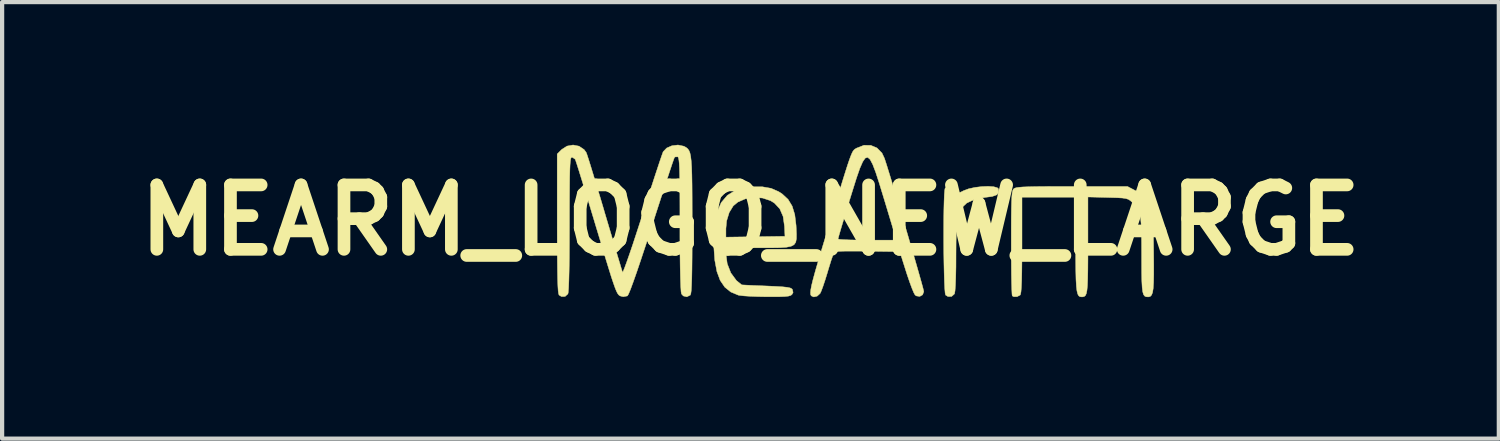
<source format=kicad_pcb>
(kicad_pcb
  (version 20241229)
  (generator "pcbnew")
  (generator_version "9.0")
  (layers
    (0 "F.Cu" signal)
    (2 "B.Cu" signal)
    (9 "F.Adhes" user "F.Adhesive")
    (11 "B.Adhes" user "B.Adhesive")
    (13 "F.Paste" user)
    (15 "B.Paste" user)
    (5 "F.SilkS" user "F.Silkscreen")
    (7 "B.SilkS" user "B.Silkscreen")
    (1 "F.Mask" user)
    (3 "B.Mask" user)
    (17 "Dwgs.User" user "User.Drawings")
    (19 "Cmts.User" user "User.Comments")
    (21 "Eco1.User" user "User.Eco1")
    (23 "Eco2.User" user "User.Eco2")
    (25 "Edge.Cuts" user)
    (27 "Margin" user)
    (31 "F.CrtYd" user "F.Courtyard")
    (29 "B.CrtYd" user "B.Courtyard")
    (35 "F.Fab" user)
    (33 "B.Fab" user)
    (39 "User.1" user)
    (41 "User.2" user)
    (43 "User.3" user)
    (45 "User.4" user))
  (footprint "MEARM_LOGO_NEW_LARGE"
    (layer "F.Cu")
    (at 14.703 2.159)
    (property "Reference" "MEARM_LOGO_NEW_LARGE" (at 0 0 0) (layer "F.SilkS") (effects (font (size 1.524 1.524) (thickness 0.3))))
    (attr through_hole)
    (fp_poly (pts (xy -7.034 -2.135) (xy -6.749 -2.075) (xy -6.46 -1.965) (xy -6.404 -1.939) (xy -6.067 -1.74) (xy -5.778 -1.49) (xy -5.542 -1.196) (xy -5.362 -0.864) (xy -5.244 -0.502) (xy -5.191 -0.117) (xy -5.189 -0.012) (xy -5.2 0.269) (xy -5.24 0.512) (xy -5.314 0.748) (xy -5.408 0.962) (xy -5.608 1.298) (xy -5.859 1.585) (xy -6.155 1.818) (xy -6.489 1.995) (xy -6.856 2.111) (xy -7.249 2.162) (xy -7.255 2.162) (xy -7.514 2.162) (xy -7.742 2.141) (xy -7.827 2.125) (xy -8.189 2.006) (xy -8.527 1.823) (xy -8.828 1.583) (xy -9.084 1.294) (xy -9.128 1.231) (xy -9.291 0.961) (xy -9.402 0.699) (xy -9.467 0.42) (xy -9.496 0.127) (xy -9.495 0.067) (xy -9.24 0.067) (xy -9.215 0.297) (xy -9.166 0.529) (xy -9.098 0.74) (xy -9.016 0.912) (xy -8.97 0.978) (xy -8.952 0.996) (xy -8.933 1) (xy -8.911 0.986) (xy -8.88 0.946) (xy -8.839 0.875) (xy -8.783 0.767) (xy -8.71 0.615) (xy -8.615 0.413) (xy -8.496 0.155) (xy -8.404 -0.046) (xy -8.281 -0.311) (xy -8.164 -0.558) (xy -8.059 -0.777) (xy -7.97 -0.96) (xy -7.899 -1.1) (xy -7.852 -1.187) (xy -7.835 -1.212) (xy -7.768 -1.256) (xy -7.718 -1.26) (xy -7.682 -1.226) (xy -7.611 -1.141) (xy -7.512 -1.015) (xy -7.39 -0.855) (xy -7.253 -0.672) (xy -7.182 -0.574) (xy -7.037 -0.374) (xy -6.899 -0.185) (xy -6.778 -0.02) (xy -6.68 0.113) (xy -6.614 0.201) (xy -6.598 0.222) (xy -6.497 0.353) (xy -6.184 0.281) (xy -6.031 0.248) (xy -5.932 0.232) (xy -5.871 0.233) (xy -5.833 0.25) (xy -5.816 0.264) (xy -5.78 0.347) (xy -5.785 0.392) (xy -5.809 0.429) (xy -5.864 0.462) (xy -5.96 0.497) (xy -6.11 0.537) (xy -6.197 0.557) (xy -6.388 0.599) (xy -6.52 0.62) (xy -6.6 0.621) (xy -6.631 0.609) (xy -6.665 0.57) (xy -6.735 0.48) (xy -6.834 0.349) (xy -6.956 0.185) (xy -7.094 -0.003) (xy -7.188 -0.132) (xy -7.332 -0.329) (xy -7.462 -0.504) (xy -7.572 -0.649) (xy -7.656 -0.758) (xy -7.709 -0.821) (xy -7.723 -0.833) (xy -7.743 -0.801) (xy -7.79 -0.711) (xy -7.86 -0.57) (xy -7.949 -0.387) (xy -8.052 -0.169) (xy -8.167 0.076) (xy -8.242 0.237) (xy -8.737 1.306) (xy -8.611 1.416) (xy -8.306 1.639) (xy -7.978 1.794) (xy -7.631 1.88) (xy -7.27 1.896) (xy -6.898 1.84) (xy -6.771 1.806) (xy -6.448 1.671) (xy -6.163 1.48) (xy -5.919 1.242) (xy -5.722 0.966) (xy -5.576 0.66) (xy -5.484 0.332) (xy -5.453 -0.007) (xy -5.485 -0.351) (xy -5.55 -0.593) (xy -5.701 -0.926) (xy -5.907 -1.218) (xy -6.161 -1.465) (xy -6.455 -1.66) (xy -6.78 -1.798) (xy -7.13 -1.874) (xy -7.353 -1.886) (xy -7.711 -1.851) (xy -8.047 -1.751) (xy -8.354 -1.592) (xy -8.627 -1.381) (xy -8.858 -1.122) (xy -9.042 -0.823) (xy -9.17 -0.49) (xy -9.237 -0.142) (xy -9.24 0.067) (xy -9.495 0.067) (xy -9.49 -0.261) (xy -9.427 -0.61) (xy -9.303 -0.93) (xy -9.115 -1.231) (xy -8.872 -1.51) (xy -8.575 -1.769) (xy -8.261 -1.96) (xy -7.924 -2.084) (xy -7.555 -2.146) (xy -7.348 -2.154) (xy -7.034 -2.135)) (stroke (width 0.01) (type solid)) (fill yes) (layer "F.Mask"))
    (fp_poly (pts (xy 5.752 -0.792) (xy 5.839 -0.768) (xy 5.866 -0.743) (xy 5.875 -0.66) (xy 5.828 -0.601) (xy 5.719 -0.562) (xy 5.566 -0.542) (xy 5.313 -0.497) (xy 5.117 -0.407) (xy 4.975 -0.272) (xy 4.901 -0.134) (xy 4.888 -0.062) (xy 4.878 0.073) (xy 4.87 0.266) (xy 4.864 0.507) (xy 4.862 0.789) (xy 4.862 0.821) (xy 4.861 1.105) (xy 4.856 1.346) (xy 4.849 1.537) (xy 4.839 1.671) (xy 4.827 1.74) (xy 4.825 1.744) (xy 4.758 1.804) (xy 4.673 1.806) (xy 4.616 1.771) (xy 4.605 1.725) (xy 4.596 1.617) (xy 4.588 1.458) (xy 4.582 1.256) (xy 4.577 1.024) (xy 4.573 0.771) (xy 4.571 0.508) (xy 4.571 0.244) (xy 4.572 -0.009) (xy 4.575 -0.242) (xy 4.58 -0.443) (xy 4.586 -0.603) (xy 4.595 -0.711) (xy 4.604 -0.756) (xy 4.663 -0.794) (xy 4.742 -0.782) (xy 4.82 -0.731) (xy 4.875 -0.651) (xy 4.882 -0.627) (xy 4.913 -0.637) (xy 4.988 -0.671) (xy 5.046 -0.7) (xy 5.165 -0.744) (xy 5.313 -0.776) (xy 5.471 -0.795) (xy 5.623 -0.801) (xy 5.752 -0.792)) (stroke (width 0.01) (type solid)) (fill yes) (layer "F.SilkS"))
    (fp_poly (pts (xy 0.283 -0.79) (xy 0.487 -0.754) (xy 0.664 -0.677) (xy 0.752 -0.62) (xy 0.889 -0.493) (xy 0.986 -0.334) (xy 1.048 -0.132) (xy 1.079 0.124) (xy 1.082 0.186) (xy 1.088 0.328) (xy 1.087 0.439) (xy 1.071 0.521) (xy 1.031 0.579) (xy 0.96 0.617) (xy 0.85 0.639) (xy 0.692 0.65) (xy 0.479 0.653) (xy 0.202 0.653) (xy 0.173 0.653) (xy -0.581 0.653) (xy -0.581 0.792) (xy -0.55 1.029) (xy -0.465 1.247) (xy -0.332 1.428) (xy -0.207 1.529) (xy -0.17 1.532) (xy -0.073 1.537) (xy 0.072 1.544) (xy 0.252 1.551) (xy 0.377 1.556) (xy 0.6 1.566) (xy 0.761 1.576) (xy 0.871 1.588) (xy 0.94 1.603) (xy 0.978 1.623) (xy 0.992 1.639) (xy 1.008 1.71) (xy 0.982 1.757) (xy 0.953 1.779) (xy 0.901 1.795) (xy 0.815 1.805) (xy 0.684 1.81) (xy 0.496 1.811) (xy 0.386 1.811) (xy 0.182 1.807) (xy -0.005 1.8) (xy -0.16 1.79) (xy -0.266 1.777) (xy -0.29 1.772) (xy -0.466 1.698) (xy -0.607 1.584) (xy -0.716 1.425) (xy -0.794 1.214) (xy -0.844 0.948) (xy -0.868 0.62) (xy -0.871 0.432) (xy -0.858 0.199) (xy -0.581 0.199) (xy -0.581 0.401) (xy 0.816 0.381) (xy 0.805 0.145) (xy 0.772 -0.089) (xy 0.693 -0.27) (xy 0.567 -0.405) (xy 0.473 -0.463) (xy 0.284 -0.525) (xy 0.079 -0.538) (xy -0.121 -0.506) (xy -0.297 -0.43) (xy -0.407 -0.339) (xy -0.503 -0.183) (xy -0.564 0.016) (xy -0.581 0.199) (xy -0.858 0.199) (xy -0.851 0.09) (xy -0.792 -0.192) (xy -0.691 -0.418) (xy -0.547 -0.588) (xy -0.358 -0.706) (xy -0.122 -0.774) (xy 0.032 -0.79) (xy 0.283 -0.79)) (stroke (width 0.01) (type solid)) (fill yes) (layer "F.SilkS"))
    (fp_poly (pts (xy 9.108 -0.699) (xy 9.24 -0.616) (xy 9.337 -0.516) (xy 9.412 -0.399) (xy 9.525 -0.2) (xy 9.537 0.731) (xy 9.54 1.042) (xy 9.54 1.288) (xy 9.536 1.476) (xy 9.527 1.614) (xy 9.512 1.709) (xy 9.489 1.769) (xy 9.459 1.802) (xy 9.42 1.814) (xy 9.404 1.814) (xy 9.359 1.811) (xy 9.324 1.794) (xy 9.298 1.758) (xy 9.279 1.692) (xy 9.266 1.591) (xy 9.258 1.444) (xy 9.254 1.246) (xy 9.253 0.986) (xy 9.253 0.826) (xy 9.252 0.522) (xy 9.249 0.281) (xy 9.242 0.094) (xy 9.229 -0.049) (xy 9.208 -0.158) (xy 9.179 -0.241) (xy 9.139 -0.308) (xy 9.087 -0.369) (xy 9.037 -0.417) (xy 8.988 -0.462) (xy 8.941 -0.493) (xy 8.882 -0.512) (xy 8.796 -0.525) (xy 8.67 -0.532) (xy 8.488 -0.537) (xy 8.452 -0.538) (xy 7.983 -0.55) (xy 7.983 0.589) (xy 7.983 0.919) (xy 7.981 1.184) (xy 7.977 1.391) (xy 7.971 1.547) (xy 7.96 1.659) (xy 7.945 1.734) (xy 7.924 1.781) (xy 7.896 1.804) (xy 7.861 1.813) (xy 7.832 1.814) (xy 7.794 1.809) (xy 7.764 1.788) (xy 7.741 1.745) (xy 7.723 1.672) (xy 7.71 1.563) (xy 7.701 1.41) (xy 7.696 1.207) (xy 7.693 0.946) (xy 7.693 0.621) (xy 7.693 0.565) (xy 7.693 -0.544) (xy 6.423 -0.544) (xy 6.423 0.591) (xy 6.422 0.937) (xy 6.419 1.215) (xy 6.415 1.431) (xy 6.408 1.59) (xy 6.399 1.696) (xy 6.387 1.756) (xy 6.379 1.771) (xy 6.306 1.809) (xy 6.225 1.808) (xy 6.193 1.79) (xy 6.187 1.749) (xy 6.182 1.645) (xy 6.177 1.484) (xy 6.173 1.277) (xy 6.171 1.032) (xy 6.169 0.757) (xy 6.169 0.541) (xy 6.169 0.205) (xy 6.17 -0.066) (xy 6.173 -0.278) (xy 6.177 -0.44) (xy 6.183 -0.559) (xy 6.191 -0.642) (xy 6.202 -0.696) (xy 6.216 -0.729) (xy 6.226 -0.741) (xy 6.248 -0.756) (xy 6.287 -0.769) (xy 6.349 -0.778) (xy 6.442 -0.786) (xy 6.573 -0.791) (xy 6.747 -0.795) (xy 6.974 -0.797) (xy 7.259 -0.798) (xy 7.6 -0.798) (xy 8.918 -0.798) (xy 9.108 -0.699)) (stroke (width 0.01) (type solid)) (fill yes) (layer "F.SilkS"))
    (fp_poly (pts (xy 2.846 -1.771) (xy 2.994 -1.708) (xy 3.111 -1.588) (xy 3.17 -1.463) (xy 3.219 -1.312) (xy 3.28 -1.115) (xy 3.352 -0.881) (xy 3.431 -0.619) (xy 3.516 -0.337) (xy 3.603 -0.044) (xy 3.691 0.251) (xy 3.776 0.541) (xy 3.857 0.817) (xy 3.93 1.069) (xy 3.993 1.29) (xy 4.044 1.471) (xy 4.08 1.603) (xy 4.098 1.678) (xy 4.1 1.69) (xy 4.071 1.766) (xy 4.004 1.803) (xy 3.924 1.791) (xy 3.894 1.769) (xy 3.864 1.716) (xy 3.819 1.608) (xy 3.764 1.459) (xy 3.704 1.283) (xy 3.687 1.23) (xy 3.533 0.744) (xy 2.766 0.734) (xy 2.51 0.731) (xy 2.317 0.731) (xy 2.178 0.733) (xy 2.083 0.738) (xy 2.023 0.748) (xy 1.988 0.763) (xy 1.969 0.783) (xy 1.966 0.788) (xy 1.943 0.848) (xy 1.905 0.96) (xy 1.859 1.109) (xy 1.816 1.252) (xy 1.764 1.42) (xy 1.714 1.569) (xy 1.672 1.681) (xy 1.647 1.733) (xy 1.578 1.796) (xy 1.497 1.815) (xy 1.439 1.79) (xy 1.424 1.764) (xy 1.42 1.718) (xy 1.426 1.648) (xy 1.445 1.546) (xy 1.479 1.407) (xy 1.529 1.223) (xy 1.597 0.989) (xy 1.684 0.697) (xy 1.76 0.445) (xy 2.07 0.445) (xy 2.104 0.453) (xy 2.199 0.46) (xy 2.345 0.466) (xy 2.53 0.47) (xy 2.743 0.472) (xy 2.758 0.472) (xy 3.449 0.472) (xy 3.428 0.39) (xy 3.412 0.334) (xy 3.378 0.218) (xy 3.329 0.055) (xy 3.268 -0.147) (xy 3.199 -0.376) (xy 3.143 -0.56) (xy 3.045 -0.88) (xy 2.963 -1.133) (xy 2.892 -1.319) (xy 2.83 -1.437) (xy 2.773 -1.487) (xy 2.716 -1.47) (xy 2.656 -1.384) (xy 2.588 -1.229) (xy 2.51 -1.005) (xy 2.418 -0.712) (xy 2.354 -0.506) (xy 2.279 -0.259) (xy 2.211 -0.036) (xy 2.153 0.156) (xy 2.109 0.306) (xy 2.08 0.406) (xy 2.07 0.445) (xy 1.76 0.445) (xy 1.779 0.381) (xy 1.908 -0.043) (xy 2.018 -0.403) (xy 2.11 -0.705) (xy 2.186 -0.953) (xy 2.249 -1.154) (xy 2.3 -1.313) (xy 2.341 -1.434) (xy 2.375 -1.524) (xy 2.402 -1.588) (xy 2.425 -1.632) (xy 2.447 -1.66) (xy 2.467 -1.679) (xy 2.49 -1.693) (xy 2.515 -1.707) (xy 2.682 -1.772) (xy 2.846 -1.771)) (stroke (width 0.01) (type solid)) (fill yes) (layer "F.SilkS"))
    (fp_poly (pts (xy -4.055 -1.751) (xy -3.936 -1.671) (xy -3.885 -1.601) (xy -3.867 -1.552) (xy -3.831 -1.442) (xy -3.78 -1.279) (xy -3.716 -1.069) (xy -3.641 -0.822) (xy -3.557 -0.544) (xy -3.468 -0.245) (xy -3.449 -0.178) (xy -3.359 0.124) (xy -3.275 0.406) (xy -3.2 0.659) (xy -3.135 0.876) (xy -3.083 1.048) (xy -3.047 1.169) (xy -3.028 1.229) (xy -3.027 1.234) (xy -3.012 1.212) (xy -2.978 1.128) (xy -2.927 0.989) (xy -2.861 0.801) (xy -2.783 0.572) (xy -2.696 0.307) (xy -2.601 0.015) (xy -2.556 -0.127) (xy -2.457 -0.436) (xy -2.364 -0.726) (xy -2.279 -0.988) (xy -2.204 -1.215) (xy -2.143 -1.399) (xy -2.097 -1.533) (xy -2.07 -1.608) (xy -2.065 -1.62) (xy -1.982 -1.707) (xy -1.857 -1.762) (xy -1.714 -1.779) (xy -1.58 -1.751) (xy -1.558 -1.741) (xy -1.517 -1.717) (xy -1.483 -1.688) (xy -1.455 -1.649) (xy -1.432 -1.593) (xy -1.415 -1.514) (xy -1.402 -1.404) (xy -1.392 -1.259) (xy -1.386 -1.071) (xy -1.382 -0.835) (xy -1.38 -0.543) (xy -1.379 -0.19) (xy -1.379 0.118) (xy -1.379 0.53) (xy -1.381 0.874) (xy -1.384 1.155) (xy -1.388 1.377) (xy -1.394 1.545) (xy -1.401 1.664) (xy -1.411 1.737) (xy -1.422 1.77) (xy -1.422 1.771) (xy -1.505 1.812) (xy -1.588 1.792) (xy -1.632 1.744) (xy -1.642 1.688) (xy -1.65 1.561) (xy -1.657 1.366) (xy -1.663 1.105) (xy -1.667 0.78) (xy -1.669 0.393) (xy -1.669 0.097) (xy -1.669 -0.288) (xy -1.67 -0.607) (xy -1.672 -0.866) (xy -1.675 -1.07) (xy -1.679 -1.227) (xy -1.685 -1.341) (xy -1.693 -1.42) (xy -1.702 -1.468) (xy -1.714 -1.494) (xy -1.722 -1.5) (xy -1.783 -1.497) (xy -1.8 -1.481) (xy -1.816 -1.439) (xy -1.852 -1.335) (xy -1.905 -1.176) (xy -1.973 -0.969) (xy -2.054 -0.721) (xy -2.146 -0.439) (xy -2.246 -0.131) (xy -2.338 0.156) (xy -2.471 0.569) (xy -2.589 0.925) (xy -2.69 1.224) (xy -2.774 1.462) (xy -2.839 1.638) (xy -2.885 1.748) (xy -2.911 1.791) (xy -3.008 1.81) (xy -3.071 1.795) (xy -3.096 1.784) (xy -3.119 1.765) (xy -3.143 1.733) (xy -3.17 1.68) (xy -3.202 1.602) (xy -3.241 1.492) (xy -3.291 1.343) (xy -3.351 1.15) (xy -3.426 0.907) (xy -3.516 0.608) (xy -3.625 0.246) (xy -3.645 0.181) (xy -3.743 -0.145) (xy -3.835 -0.45) (xy -3.92 -0.727) (xy -3.995 -0.969) (xy -4.057 -1.169) (xy -4.105 -1.32) (xy -4.136 -1.413) (xy -4.148 -1.443) (xy -4.207 -1.484) (xy -4.229 -1.488) (xy -4.242 -1.479) (xy -4.253 -1.45) (xy -4.261 -1.394) (xy -4.268 -1.306) (xy -4.273 -1.178) (xy -4.277 -1.006) (xy -4.279 -0.783) (xy -4.281 -0.503) (xy -4.282 -0.161) (xy -4.282 0.093) (xy -4.283 0.522) (xy -4.285 0.889) (xy -4.29 1.195) (xy -4.296 1.435) (xy -4.303 1.609) (xy -4.312 1.713) (xy -4.319 1.744) (xy -4.386 1.804) (xy -4.471 1.806) (xy -4.528 1.771) (xy -4.539 1.74) (xy -4.549 1.67) (xy -4.556 1.555) (xy -4.562 1.392) (xy -4.566 1.175) (xy -4.569 0.899) (xy -4.571 0.561) (xy -4.572 0.156) (xy -4.572 0.081) (xy -4.572 -1.566) (xy -4.466 -1.672) (xy -4.34 -1.753) (xy -4.196 -1.779) (xy -4.055 -1.751)) (stroke (width 0.01) (type solid)) (fill yes) (layer "F.SilkS")))
  (gr_rect
    (start -3 -3)
    (end 32.406 7.326)
    (stroke (width 0.1) (type default))
    (fill no)
    (layer "Edge.Cuts")))
</source>
